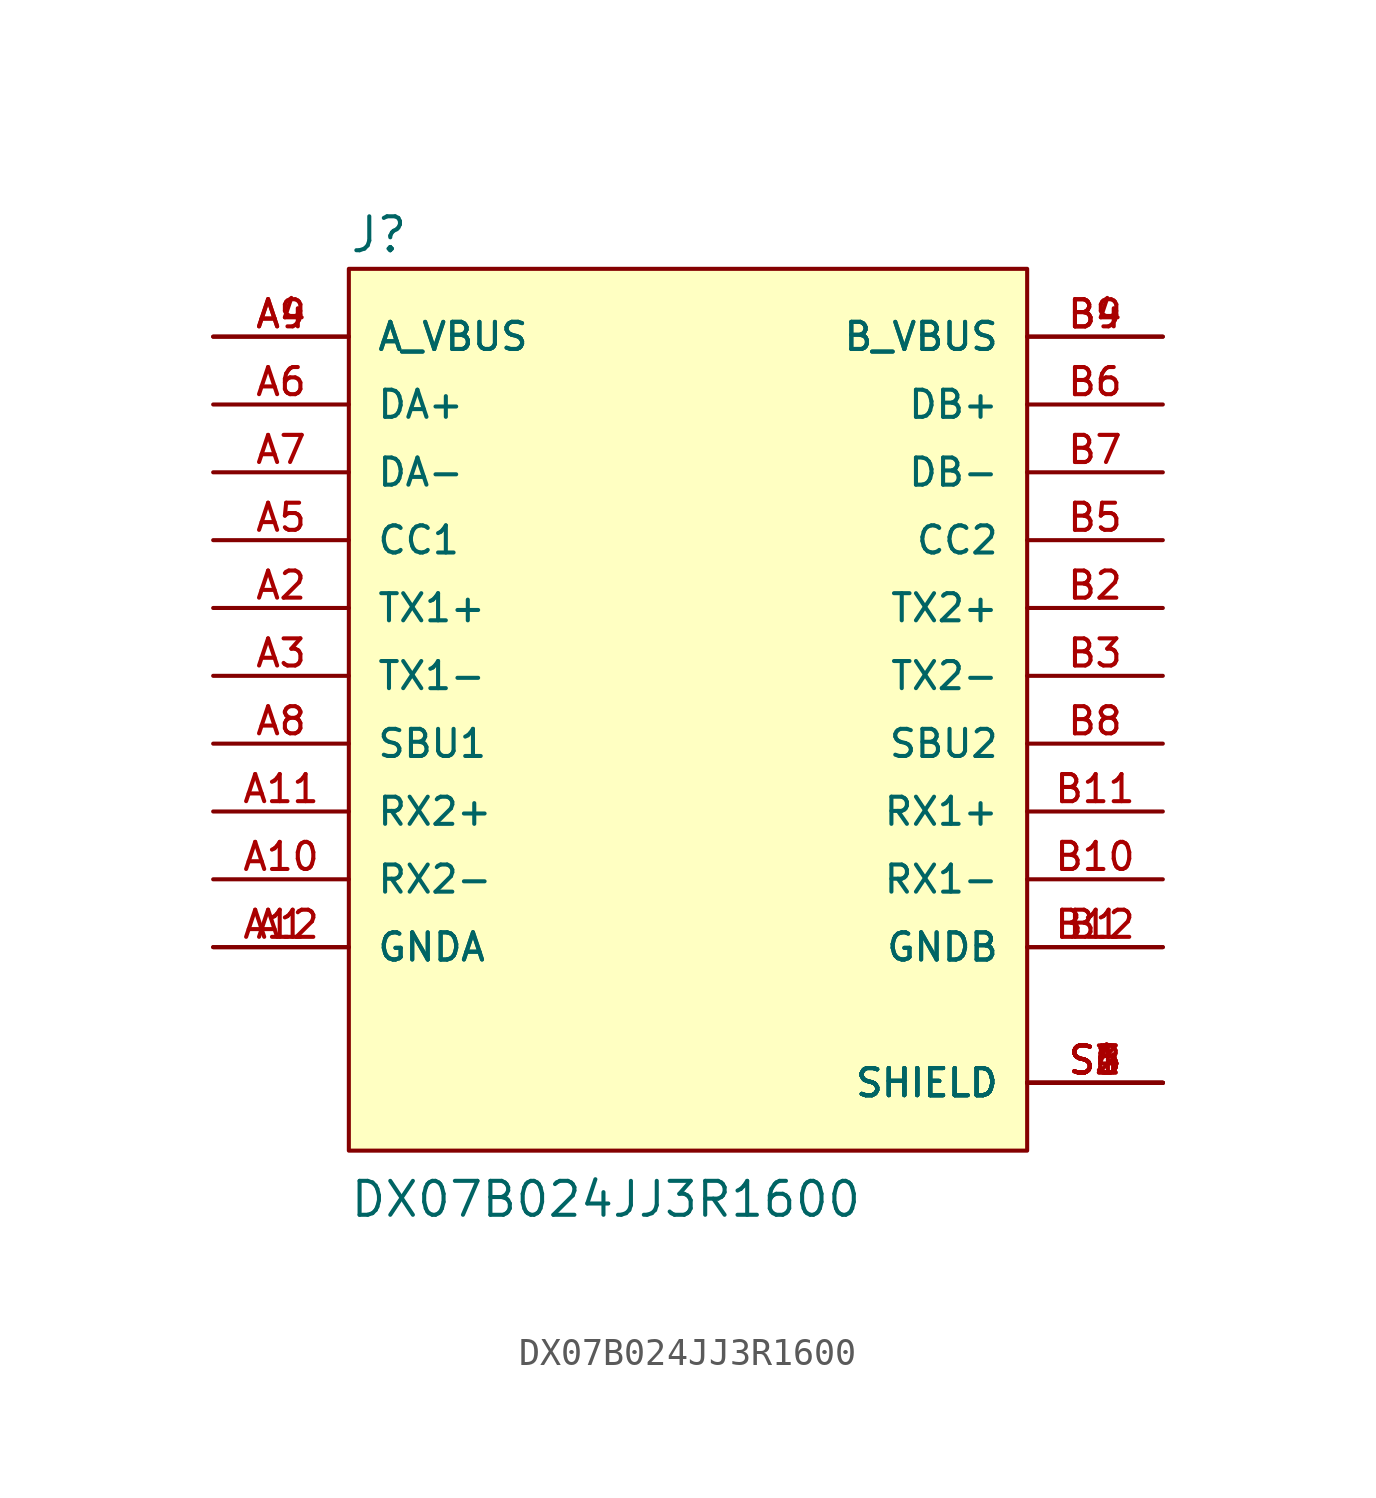
<source format=kicad_sym>
(kicad_symbol_lib
  (version 20211014)
  (generator kicad_symbol_editor)
  (symbol "DX07B024JJ3R1600"
    (pin_names
      (offset 1.016))
    (property "Reference" "J"
      (at -12.7 18.313 0)
      (effects (font (size 1.27 1.27)) (justify left bottom)))
    (property "Value" "DX07B024JJ3R1600"
      (at -12.7 -17.805 0)
      (effects (font (size 1.27 1.27)) (justify left bottom)))
    (property "ki_locked" ""
      (at 0 0 0)
      (effects (font (size 1.27 1.27))))
    (symbol "DX07B024JJ3R1600_0_0"
      (rectangle (start -12.7 -15.24) (end 12.7 17.78) (stroke (width 0.152) (type default) (color 0 0 0 0)) (fill (type background)))
      (pin passive line (at -17.78 -7.62 0) (length 5.08) (name "GNDA" (effects (font (size 1.016 1.016)))) (number "A1" (effects (font (size 1.016 1.016)))))
      (pin passive line (at -17.78 -5.08 0) (length 5.08) (name "RX2-" (effects (font (size 1.016 1.016)))) (number "A10" (effects (font (size 1.016 1.016)))))
      (pin passive line (at -17.78 -2.54 0) (length 5.08) (name "RX2+" (effects (font (size 1.016 1.016)))) (number "A11" (effects (font (size 1.016 1.016)))))
      (pin passive line (at -17.78 -7.62 0) (length 5.08) (name "GNDA" (effects (font (size 1.016 1.016)))) (number "A12" (effects (font (size 1.016 1.016)))))
      (pin passive line (at -17.78 5.08 0) (length 5.08) (name "TX1+" (effects (font (size 1.016 1.016)))) (number "A2" (effects (font (size 1.016 1.016)))))
      (pin passive line (at -17.78 2.54 0) (length 5.08) (name "TX1-" (effects (font (size 1.016 1.016)))) (number "A3" (effects (font (size 1.016 1.016)))))
      (pin passive line (at -17.78 15.24 0) (length 5.08) (name "A_VBUS" (effects (font (size 1.016 1.016)))) (number "A4" (effects (font (size 1.016 1.016)))))
      (pin passive line (at -17.78 7.62 0) (length 5.08) (name "CC1" (effects (font (size 1.016 1.016)))) (number "A5" (effects (font (size 1.016 1.016)))))
      (pin passive line (at -17.78 12.7 0) (length 5.08) (name "DA+" (effects (font (size 1.016 1.016)))) (number "A6" (effects (font (size 1.016 1.016)))))
      (pin passive line (at -17.78 10.16 0) (length 5.08) (name "DA-" (effects (font (size 1.016 1.016)))) (number "A7" (effects (font (size 1.016 1.016)))))
      (pin passive line (at -17.78 0 0) (length 5.08) (name "SBU1" (effects (font (size 1.016 1.016)))) (number "A8" (effects (font (size 1.016 1.016)))))
      (pin passive line (at -17.78 15.24 0) (length 5.08) (name "A_VBUS" (effects (font (size 1.016 1.016)))) (number "A9" (effects (font (size 1.016 1.016)))))
      (pin passive line (at 17.78 -7.62 180) (length 5.08) (name "GNDB" (effects (font (size 1.016 1.016)))) (number "B1" (effects (font (size 1.016 1.016)))))
      (pin passive line (at 17.78 -5.08 180) (length 5.08) (name "RX1-" (effects (font (size 1.016 1.016)))) (number "B10" (effects (font (size 1.016 1.016)))))
      (pin passive line (at 17.78 -2.54 180) (length 5.08) (name "RX1+" (effects (font (size 1.016 1.016)))) (number "B11" (effects (font (size 1.016 1.016)))))
      (pin passive line (at 17.78 -7.62 180) (length 5.08) (name "GNDB" (effects (font (size 1.016 1.016)))) (number "B12" (effects (font (size 1.016 1.016)))))
      (pin passive line (at 17.78 5.08 180) (length 5.08) (name "TX2+" (effects (font (size 1.016 1.016)))) (number "B2" (effects (font (size 1.016 1.016)))))
      (pin passive line (at 17.78 2.54 180) (length 5.08) (name "TX2-" (effects (font (size 1.016 1.016)))) (number "B3" (effects (font (size 1.016 1.016)))))
      (pin passive line (at 17.78 15.24 180) (length 5.08) (name "B_VBUS" (effects (font (size 1.016 1.016)))) (number "B4" (effects (font (size 1.016 1.016)))))
      (pin passive line (at 17.78 7.62 180) (length 5.08) (name "CC2" (effects (font (size 1.016 1.016)))) (number "B5" (effects (font (size 1.016 1.016)))))
      (pin passive line (at 17.78 12.7 180) (length 5.08) (name "DB+" (effects (font (size 1.016 1.016)))) (number "B6" (effects (font (size 1.016 1.016)))))
      (pin passive line (at 17.78 10.16 180) (length 5.08) (name "DB-" (effects (font (size 1.016 1.016)))) (number "B7" (effects (font (size 1.016 1.016)))))
      (pin passive line (at 17.78 0 180) (length 5.08) (name "SBU2" (effects (font (size 1.016 1.016)))) (number "B8" (effects (font (size 1.016 1.016)))))
      (pin passive line (at 17.78 15.24 180) (length 5.08) (name "B_VBUS" (effects (font (size 1.016 1.016)))) (number "B9" (effects (font (size 1.016 1.016)))))
      (pin power_in line (at 17.78 -12.7 180) (length 5.08) (name "SHIELD" (effects (font (size 1.016 1.016)))) (number "S1" (effects (font (size 1.016 1.016)))))
      (pin power_in line (at 17.78 -12.7 180) (length 5.08) (name "SHIELD" (effects (font (size 1.016 1.016)))) (number "S2" (effects (font (size 1.016 1.016)))))
      (pin power_in line (at 17.78 -12.7 180) (length 5.08) (name "SHIELD" (effects (font (size 1.016 1.016)))) (number "S3" (effects (font (size 1.016 1.016)))))
      (pin power_in line (at 17.78 -12.7 180) (length 5.08) (name "SHIELD" (effects (font (size 1.016 1.016)))) (number "S4" (effects (font (size 1.016 1.016)))))
      (pin power_in line (at 17.78 -12.7 180) (length 5.08) (name "SHIELD" (effects (font (size 1.016 1.016)))) (number "S5" (effects (font (size 1.016 1.016)))))
      (pin power_in line (at 17.78 -12.7 180) (length 5.08) (name "SHIELD" (effects (font (size 1.016 1.016)))) (number "S6" (effects (font (size 1.016 1.016))))))))
</source>
